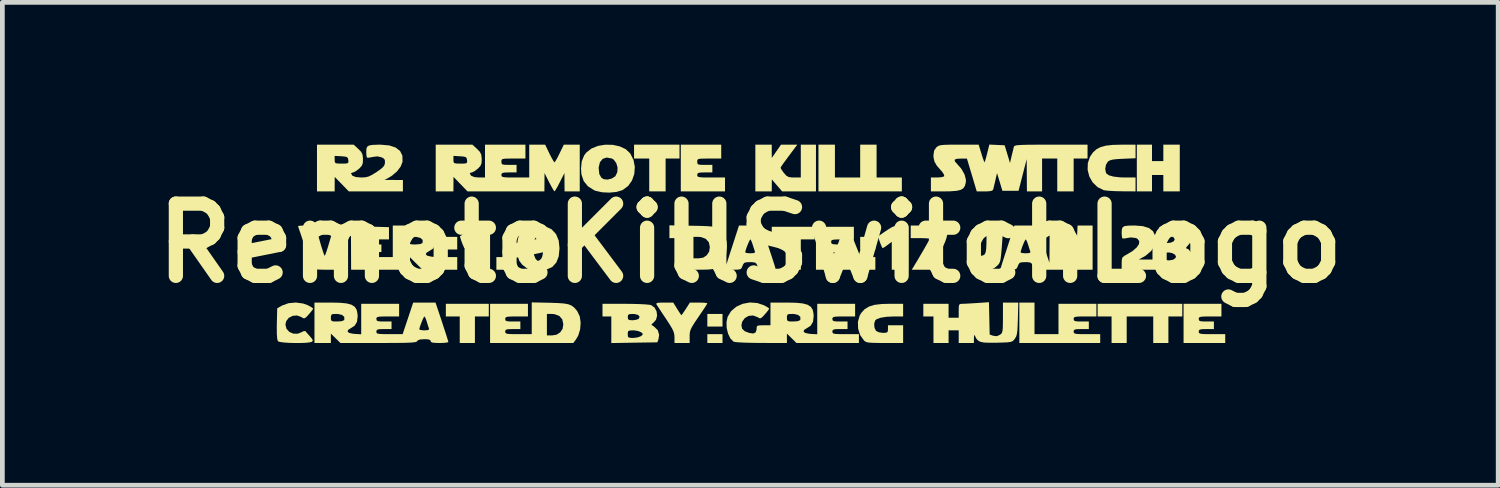
<source format=kicad_pcb>
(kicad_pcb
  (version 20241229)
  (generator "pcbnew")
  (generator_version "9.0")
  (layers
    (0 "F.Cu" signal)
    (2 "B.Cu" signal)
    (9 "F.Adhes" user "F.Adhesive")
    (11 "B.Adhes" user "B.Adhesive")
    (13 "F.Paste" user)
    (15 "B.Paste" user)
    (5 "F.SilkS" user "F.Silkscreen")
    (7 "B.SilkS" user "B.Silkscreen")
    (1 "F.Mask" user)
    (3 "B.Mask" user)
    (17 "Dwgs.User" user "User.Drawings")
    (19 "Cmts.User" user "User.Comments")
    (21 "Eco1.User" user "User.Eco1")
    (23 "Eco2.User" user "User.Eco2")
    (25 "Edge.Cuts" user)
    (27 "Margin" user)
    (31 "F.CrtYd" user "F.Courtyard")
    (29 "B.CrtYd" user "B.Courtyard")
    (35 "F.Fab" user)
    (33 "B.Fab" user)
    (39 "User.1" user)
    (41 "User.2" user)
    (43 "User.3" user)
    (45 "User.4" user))
  (footprint "RemoteKillSwitchLogo"
    (layer "F.Cu")
    (at 12.78 2.081)
    (property "Reference" "RemoteKillSwitchLogo" (at 0 0 0) (layer "F.SilkS") (effects (font (size 1.524 1.524) (thickness 0.3))))
    (attr board_only exclude_from_pos_files exclude_from_bom)
    (fp_poly (pts (xy -6.183 0.133) (xy -6.503 0.133) (xy -6.503 -0.133) (xy -6.183 -0.133)) (stroke (width 0) (type solid)) (fill yes) (layer "F.SilkS"))
    (fp_poly (pts (xy -6.183 0.56) (xy -6.503 0.56) (xy -6.503 0.293) (xy -6.183 0.293)) (stroke (width 0) (type solid)) (fill yes) (layer "F.SilkS"))
    (fp_poly (pts (xy -5.037 0.56) (xy -5.357 0.56) (xy -5.357 0.293) (xy -5.037 0.293)) (stroke (width 0) (type solid)) (fill yes) (layer "F.SilkS"))
    (fp_poly (pts (xy -0.586 1.759) (xy -0.906 1.759) (xy -0.906 1.493) (xy -0.586 1.493)) (stroke (width 0) (type solid)) (fill yes) (layer "F.SilkS"))
    (fp_poly (pts (xy -0.586 2.106) (xy -0.906 2.106) (xy -0.906 1.919) (xy -0.586 1.919)) (stroke (width 0) (type solid)) (fill yes) (layer "F.SilkS"))
    (fp_poly (pts (xy 2.639 0.133) (xy 2.319 0.133) (xy 2.319 -0.133) (xy 2.639 -0.133)) (stroke (width 0) (type solid)) (fill yes) (layer "F.SilkS"))
    (fp_poly (pts (xy 2.639 0.56) (xy 2.319 0.56) (xy 2.319 0.293) (xy 2.639 0.293)) (stroke (width 0) (type solid)) (fill yes) (layer "F.SilkS"))
    (fp_poly (pts (xy -5.517 1.546) (xy -5.81 1.546) (xy -5.81 2.106) (xy -6.13 2.106) (xy -6.13 1.546) (xy -6.423 1.546) (xy -6.423 1.279) (xy -5.517 1.279)) (stroke (width 0) (type solid)) (fill yes) (layer "F.SilkS"))
    (fp_poly (pts (xy -1.493 -1.786) (xy -1.786 -1.786) (xy -1.786 -1.093) (xy -2.132 -1.093) (xy -2.132 -1.786) (xy -2.452 -1.786) (xy -2.452 -2.079) (xy -1.493 -2.079)) (stroke (width 0) (type solid)) (fill yes) (layer "F.SilkS"))
    (fp_poly (pts (xy 1.359 -0.08) (xy 1.066 -0.08) (xy 1.066 0.56) (xy 0.746 0.56) (xy 0.746 -0.08) (xy 0.453 -0.08) (xy 0.453 -0.346) (xy 1.359 -0.346)) (stroke (width 0) (type solid)) (fill yes) (layer "F.SilkS"))
    (fp_poly (pts (xy 1.786 -1.386) (xy 2.319 -1.386) (xy 2.319 -2.079) (xy 2.665 -2.079) (xy 2.665 -1.386) (xy 3.198 -1.386) (xy 3.198 -1.093) (xy 1.439 -1.093) (xy 1.439 -2.079) (xy 1.786 -2.079)) (stroke (width 0) (type solid)) (fill yes) (layer "F.SilkS"))
    (fp_poly (pts (xy 8.476 -1.732) (xy 8.715 -1.732) (xy 8.715 -2.079) (xy 9.062 -2.079) (xy 9.062 -1.093) (xy 8.715 -1.093) (xy 8.715 -1.439) (xy 8.476 -1.439) (xy 8.476 -1.093) (xy 8.156 -1.093) (xy 8.156 -2.079) (xy 8.476 -2.079)) (stroke (width 0) (type solid)) (fill yes) (layer "F.SilkS"))
    (fp_poly (pts (xy 9.115 1.546) (xy 8.822 1.546) (xy 8.822 2.106) (xy 8.502 2.106) (xy 8.502 1.546) (xy 7.942 1.546) (xy 7.942 2.106) (xy 7.623 2.106) (xy 7.623 1.546) (xy 7.329 1.546) (xy 7.329 1.279) (xy 9.115 1.279)) (stroke (width 0) (type solid)) (fill yes) (layer "F.SilkS"))
    (fp_poly (pts (xy -5.49 0.56) (xy -5.837 0.56) (xy -5.837 -0.029) (xy -5.931 0.042) (xy -5.989 0.083) (xy -6.027 0.104) (xy -6.033 0.104) (xy -6.049 0.071) (xy -6.074 0.012) (xy -6.099 -0.056) (xy -6.118 -0.114) (xy -6.125 -0.144) (xy -6.125 -0.145) (xy -5.998 -0.233) (xy -5.906 -0.294) (xy -5.839 -0.335) (xy -5.787 -0.358) (xy -5.741 -0.369) (xy -5.691 -0.373) (xy -5.643 -0.373) (xy -5.49 -0.373)) (stroke (width 0) (type solid)) (fill yes) (layer "F.SilkS"))
    (fp_poly (pts (xy 3.332 0.56) (xy 2.985 0.56) (xy 2.985 -0.029) (xy 2.891 0.042) (xy 2.833 0.083) (xy 2.795 0.104) (xy 2.789 0.104) (xy 2.773 0.071) (xy 2.748 0.012) (xy 2.723 -0.056) (xy 2.704 -0.114) (xy 2.697 -0.144) (xy 2.697 -0.145) (xy 2.824 -0.233) (xy 2.916 -0.294) (xy 2.983 -0.335) (xy 3.035 -0.358) (xy 3.081 -0.369) (xy 3.131 -0.373) (xy 3.179 -0.373) (xy 3.332 -0.373)) (stroke (width 0) (type solid)) (fill yes) (layer "F.SilkS"))
    (fp_poly (pts (xy 4.158 -0.24) (xy 4.154 -0.176) (xy 4.139 -0.107) (xy 4.109 -0.024) (xy 4.061 0.084) (xy 3.992 0.226) (xy 3.826 0.56) (xy 3.407 0.56) (xy 3.46 0.473) (xy 3.528 0.361) (xy 3.597 0.243) (xy 3.663 0.131) (xy 3.719 0.032) (xy 3.761 -0.043) (xy 3.783 -0.086) (xy 3.785 -0.092) (xy 3.76 -0.099) (xy 3.695 -0.104) (xy 3.603 -0.107) (xy 3.585 -0.107) (xy 3.385 -0.107) (xy 3.385 -0.373) (xy 4.158 -0.373)) (stroke (width 0) (type solid)) (fill yes) (layer "F.SilkS"))
    (fp_poly (pts (xy 2.186 -0.08) (xy 1.946 -0.08) (xy 1.832 -0.079) (xy 1.761 -0.075) (xy 1.723 -0.065) (xy 1.708 -0.048) (xy 1.706 -0.027) (xy 1.712 0.003) (xy 1.737 0.019) (xy 1.795 0.026) (xy 1.866 0.027) (xy 2.026 0.027) (xy 2.026 0.187) (xy 1.866 0.187) (xy 1.776 0.189) (xy 1.728 0.197) (xy 1.709 0.216) (xy 1.706 0.24) (xy 1.709 0.264) (xy 1.726 0.279) (xy 1.766 0.288) (xy 1.837 0.292) (xy 1.951 0.293) (xy 1.986 0.293) (xy 2.265 0.293) (xy 2.265 0.56) (xy 1.386 0.56) (xy 1.386 -0.346) (xy 2.186 -0.346)) (stroke (width 0) (type solid)) (fill yes) (layer "F.SilkS"))
    (fp_poly (pts (xy 5.33 -0.287) (xy 5.328 -0.225) (xy 5.322 -0.125) (xy 5.313 -0.002) (xy 5.305 0.107) (xy 5.293 0.239) (xy 5.282 0.33) (xy 5.269 0.39) (xy 5.249 0.432) (xy 5.221 0.465) (xy 5.198 0.486) (xy 5.145 0.528) (xy 5.091 0.55) (xy 5.015 0.559) (xy 4.944 0.56) (xy 4.771 0.56) (xy 4.771 0.413) (xy 4.772 0.329) (xy 4.781 0.286) (xy 4.804 0.269) (xy 4.845 0.267) (xy 4.902 0.261) (xy 4.941 0.241) (xy 4.965 0.196) (xy 4.978 0.119) (xy 4.983 0.001) (xy 4.984 -0.085) (xy 4.984 -0.373) (xy 5.331 -0.373)) (stroke (width 0) (type solid)) (fill yes) (layer "F.SilkS"))
    (fp_poly (pts (xy 9.941 1.546) (xy 9.702 1.546) (xy 9.588 1.547) (xy 9.517 1.551) (xy 9.479 1.561) (xy 9.464 1.578) (xy 9.462 1.599) (xy 9.468 1.629) (xy 9.493 1.645) (xy 9.551 1.651) (xy 9.622 1.652) (xy 9.782 1.652) (xy 9.782 1.812) (xy 9.622 1.812) (xy 9.532 1.814) (xy 9.484 1.823) (xy 9.465 1.842) (xy 9.462 1.866) (xy 9.465 1.889) (xy 9.482 1.905) (xy 9.522 1.914) (xy 9.593 1.918) (xy 9.706 1.919) (xy 9.742 1.919) (xy 10.021 1.919) (xy 10.021 2.106) (xy 9.142 2.106) (xy 9.142 1.279) (xy 9.941 1.279)) (stroke (width 0) (type solid)) (fill yes) (layer "F.SilkS"))
    (fp_poly (pts (xy -0.613 -1.786) (xy -0.866 -1.786) (xy -0.984 -1.785) (xy -1.057 -1.782) (xy -1.098 -1.774) (xy -1.115 -1.757) (xy -1.119 -1.73) (xy -1.119 -1.719) (xy -1.116 -1.682) (xy -1.098 -1.662) (xy -1.051 -1.654) (xy -0.965 -1.652) (xy -0.959 -1.652) (xy -0.8 -1.652) (xy -0.8 -1.493) (xy -0.959 -1.493) (xy -1.049 -1.491) (xy -1.097 -1.482) (xy -1.116 -1.463) (xy -1.119 -1.439) (xy -1.116 -1.416) (xy -1.1 -1.401) (xy -1.061 -1.392) (xy -0.992 -1.387) (xy -0.881 -1.386) (xy -0.826 -1.386) (xy -0.533 -1.386) (xy -0.533 -1.093) (xy -1.466 -1.093) (xy -1.466 -2.079) (xy -0.613 -2.079)) (stroke (width 0) (type solid)) (fill yes) (layer "F.SilkS"))
    (fp_poly (pts (xy 0.453 -1.939) (xy 0.454 -1.799) (xy 0.551 -1.939) (xy 0.649 -2.079) (xy 0.992 -2.079) (xy 0.927 -1.992) (xy 0.823 -1.853) (xy 0.747 -1.75) (xy 0.694 -1.678) (xy 0.662 -1.631) (xy 0.645 -1.604) (xy 0.64 -1.59) (xy 0.64 -1.589) (xy 0.655 -1.558) (xy 0.693 -1.503) (xy 0.713 -1.478) (xy 0.762 -1.423) (xy 0.81 -1.396) (xy 0.878 -1.387) (xy 0.926 -1.386) (xy 1.066 -1.386) (xy 1.066 -2.079) (xy 1.386 -2.079) (xy 1.386 -1.093) (xy 0.672 -1.093) (xy 0.563 -1.219) (xy 0.455 -1.346) (xy 0.454 -1.219) (xy 0.453 -1.093) (xy 0.107 -1.093) (xy 0.107 -2.079) (xy 0.453 -2.079)) (stroke (width 0) (type solid)) (fill yes) (layer "F.SilkS"))
    (fp_poly (pts (xy 5.997 1.919) (xy 6.503 1.919) (xy 6.503 1.279) (xy 7.303 1.279) (xy 7.303 1.546) (xy 7.063 1.546) (xy 6.949 1.547) (xy 6.878 1.551) (xy 6.84 1.561) (xy 6.825 1.578) (xy 6.823 1.599) (xy 6.829 1.629) (xy 6.855 1.645) (xy 6.912 1.651) (xy 6.983 1.652) (xy 7.143 1.652) (xy 7.143 1.812) (xy 6.983 1.812) (xy 6.894 1.814) (xy 6.845 1.823) (xy 6.826 1.842) (xy 6.823 1.866) (xy 6.827 1.889) (xy 6.843 1.905) (xy 6.883 1.914) (xy 6.955 1.918) (xy 7.068 1.919) (xy 7.103 1.919) (xy 7.383 1.919) (xy 7.383 2.106) (xy 5.677 2.106) (xy 5.677 1.253) (xy 5.997 1.253)) (stroke (width 0) (type solid)) (fill yes) (layer "F.SilkS"))
    (fp_poly (pts (xy 8.129 -1.792) (xy 7.864 -1.781) (xy 7.733 -1.774) (xy 7.644 -1.763) (xy 7.586 -1.747) (xy 7.547 -1.723) (xy 7.545 -1.721) (xy 7.504 -1.653) (xy 7.489 -1.566) (xy 7.505 -1.485) (xy 7.512 -1.472) (xy 7.565 -1.433) (xy 7.664 -1.405) (xy 7.804 -1.389) (xy 7.922 -1.386) (xy 8.129 -1.386) (xy 8.129 -1.093) (xy 7.829 -1.095) (xy 7.701 -1.098) (xy 7.585 -1.104) (xy 7.498 -1.112) (xy 7.457 -1.119) (xy 7.326 -1.184) (xy 7.223 -1.284) (xy 7.153 -1.408) (xy 7.118 -1.547) (xy 7.122 -1.689) (xy 7.167 -1.823) (xy 7.231 -1.916) (xy 7.305 -1.982) (xy 7.393 -2.029) (xy 7.504 -2.058) (xy 7.649 -2.074) (xy 7.816 -2.078) (xy 8.129 -2.079)) (stroke (width 0) (type solid)) (fill yes) (layer "F.SilkS"))
    (fp_poly (pts (xy 3.225 1.546) (xy 3.032 1.546) (xy 2.874 1.553) (xy 2.75 1.573) (xy 2.665 1.604) (xy 2.634 1.632) (xy 2.614 1.703) (xy 2.621 1.786) (xy 2.653 1.85) (xy 2.654 1.85) (xy 2.71 1.879) (xy 2.791 1.892) (xy 2.8 1.892) (xy 2.868 1.889) (xy 2.898 1.871) (xy 2.905 1.827) (xy 2.905 1.812) (xy 2.905 1.732) (xy 3.225 1.732) (xy 3.225 2.106) (xy 2.839 2.106) (xy 2.685 2.105) (xy 2.576 2.102) (xy 2.502 2.097) (xy 2.453 2.087) (xy 2.421 2.071) (xy 2.4 2.054) (xy 2.318 1.938) (xy 2.275 1.801) (xy 2.271 1.659) (xy 2.309 1.526) (xy 2.341 1.472) (xy 2.413 1.393) (xy 2.504 1.337) (xy 2.622 1.301) (xy 2.777 1.283) (xy 2.927 1.279) (xy 3.225 1.279)) (stroke (width 0) (type solid)) (fill yes) (layer "F.SilkS"))
    (fp_poly (pts (xy 8.28 -0.36) (xy 8.411 -0.32) (xy 8.498 -0.252) (xy 8.545 -0.153) (xy 8.556 -0.062) (xy 8.53 0.054) (xy 8.458 0.165) (xy 8.347 0.26) (xy 8.292 0.293) (xy 8.196 0.344) (xy 8.376 0.345) (xy 8.556 0.346) (xy 8.556 0.56) (xy 7.836 0.56) (xy 7.836 0.427) (xy 7.839 0.346) (xy 7.854 0.299) (xy 7.894 0.266) (xy 7.939 0.242) (xy 8.064 0.167) (xy 8.152 0.091) (xy 8.201 0.019) (xy 8.207 -0.044) (xy 8.169 -0.093) (xy 8.136 -0.109) (xy 8.029 -0.122) (xy 7.964 -0.111) (xy 7.897 -0.099) (xy 7.855 -0.099) (xy 7.85 -0.101) (xy 7.841 -0.134) (xy 7.836 -0.201) (xy 7.836 -0.228) (xy 7.84 -0.294) (xy 7.857 -0.336) (xy 7.897 -0.36) (xy 7.97 -0.37) (xy 8.086 -0.373) (xy 8.105 -0.373)) (stroke (width 0) (type solid)) (fill yes) (layer "F.SilkS"))
    (fp_poly (pts (xy -1.228 -0.368) (xy -1.055 -0.365) (xy -0.927 -0.36) (xy -0.835 -0.354) (xy -0.771 -0.346) (xy -0.727 -0.334) (xy -0.694 -0.317) (xy -0.676 -0.305) (xy -0.58 -0.22) (xy -0.523 -0.13) (xy -0.497 -0.019) (xy -0.493 0.075) (xy -0.509 0.238) (xy -0.558 0.365) (xy -0.646 0.466) (xy -0.692 0.5) (xy -0.732 0.524) (xy -0.774 0.541) (xy -0.83 0.551) (xy -0.91 0.557) (xy -1.023 0.559) (xy -1.15 0.56) (xy -1.519 0.56) (xy -1.519 0.32) (xy -1.199 0.32) (xy -1.092 0.32) (xy -0.995 0.306) (xy -0.921 0.257) (xy -0.918 0.254) (xy -0.868 0.179) (xy -0.853 0.083) (xy -0.875 -0.02) (xy -0.939 -0.092) (xy -1.04 -0.129) (xy -1.096 -0.133) (xy -1.199 -0.133) (xy -1.199 0.32) (xy -1.519 0.32) (xy -1.519 -0.107) (xy -1.706 -0.107) (xy -1.706 -0.377)) (stroke (width 0) (type solid)) (fill yes) (layer "F.SilkS"))
    (fp_poly (pts (xy -1.543 1.386) (xy -1.498 1.457) (xy -1.465 1.505) (xy -1.453 1.519) (xy -1.436 1.499) (xy -1.398 1.445) (xy -1.359 1.386) (xy -1.274 1.253) (xy -1.09 1.253) (xy -0.999 1.255) (xy -0.933 1.26) (xy -0.906 1.268) (xy -0.906 1.268) (xy -0.92 1.295) (xy -0.959 1.357) (xy -1.017 1.444) (xy -1.088 1.548) (xy -1.093 1.556) (xy -1.172 1.672) (xy -1.225 1.757) (xy -1.257 1.821) (xy -1.273 1.875) (xy -1.279 1.932) (xy -1.279 1.966) (xy -1.279 2.106) (xy -1.599 2.106) (xy -1.599 1.985) (xy -1.603 1.927) (xy -1.617 1.871) (xy -1.647 1.805) (xy -1.698 1.719) (xy -1.775 1.601) (xy -1.781 1.592) (xy -1.853 1.484) (xy -1.915 1.39) (xy -1.96 1.321) (xy -1.982 1.286) (xy -1.982 1.286) (xy -1.98 1.268) (xy -1.942 1.257) (xy -1.861 1.253) (xy -1.814 1.253) (xy -1.625 1.253)) (stroke (width 0) (type solid)) (fill yes) (layer "F.SilkS"))
    (fp_poly (pts (xy -4.32 -0.353) (xy -4.191 -0.292) (xy -4.098 -0.192) (xy -4.042 -0.056) (xy -4.025 0.105) (xy -4.041 0.277) (xy -4.092 0.408) (xy -4.178 0.502) (xy -4.303 0.559) (xy -4.45 0.581) (xy -4.554 0.584) (xy -4.625 0.574) (xy -4.683 0.549) (xy -4.715 0.529) (xy -4.812 0.453) (xy -4.872 0.375) (xy -4.905 0.28) (xy -4.917 0.152) (xy -4.917 0.134) (xy -4.577 0.134) (xy -4.577 0.138) (xy -4.561 0.252) (xy -4.53 0.332) (xy -4.489 0.371) (xy -4.476 0.373) (xy -4.442 0.356) (xy -4.413 0.331) (xy -4.387 0.276) (xy -4.372 0.188) (xy -4.369 0.085) (xy -4.377 -0.014) (xy -4.397 -0.092) (xy -4.414 -0.119) (xy -4.468 -0.15) (xy -4.516 -0.134) (xy -4.552 -0.077) (xy -4.574 0.014) (xy -4.577 0.134) (xy -4.917 0.134) (xy -4.917 0.107) (xy -4.915 -0.01) (xy -4.904 -0.088) (xy -4.883 -0.145) (xy -4.862 -0.178) (xy -4.752 -0.291) (xy -4.624 -0.355) (xy -4.484 -0.373)) (stroke (width 0) (type solid)) (fill yes) (layer "F.SilkS"))
    (fp_poly (pts (xy -2.903 -2.075) (xy -2.755 -2.043) (xy -2.628 -1.984) (xy -2.535 -1.896) (xy -2.534 -1.895) (xy -2.464 -1.758) (xy -2.436 -1.61) (xy -2.447 -1.461) (xy -2.495 -1.323) (xy -2.577 -1.207) (xy -2.69 -1.123) (xy -2.703 -1.117) (xy -2.825 -1.081) (xy -2.974 -1.067) (xy -3.125 -1.074) (xy -3.257 -1.103) (xy -3.292 -1.116) (xy -3.425 -1.2) (xy -3.514 -1.309) (xy -3.562 -1.449) (xy -3.571 -1.573) (xy -3.571 -1.576) (xy -3.198 -1.576) (xy -3.185 -1.458) (xy -3.142 -1.382) (xy -3.092 -1.35) (xy -3.01 -1.342) (xy -2.92 -1.365) (xy -2.849 -1.411) (xy -2.845 -1.416) (xy -2.805 -1.499) (xy -2.8 -1.596) (xy -2.827 -1.689) (xy -2.88 -1.762) (xy -2.924 -1.788) (xy -3.03 -1.807) (xy -3.114 -1.779) (xy -3.172 -1.709) (xy -3.198 -1.601) (xy -3.198 -1.576) (xy -3.571 -1.576) (xy -3.556 -1.728) (xy -3.505 -1.852) (xy -3.456 -1.916) (xy -3.348 -1.999) (xy -3.212 -2.053) (xy -3.059 -2.078)) (stroke (width 0) (type solid)) (fill yes) (layer "F.SilkS"))
    (fp_poly (pts (xy -9.434 1.273) (xy -9.337 1.308) (xy -9.27 1.344) (xy -9.229 1.373) (xy -9.223 1.382) (xy -9.24 1.41) (xy -9.282 1.464) (xy -9.314 1.501) (xy -9.368 1.56) (xy -9.404 1.585) (xy -9.436 1.581) (xy -9.473 1.558) (xy -9.564 1.525) (xy -9.656 1.533) (xy -9.737 1.575) (xy -9.792 1.645) (xy -9.808 1.719) (xy -9.785 1.807) (xy -9.725 1.872) (xy -9.641 1.909) (xy -9.548 1.91) (xy -9.472 1.88) (xy -9.419 1.854) (xy -9.386 1.856) (xy -9.385 1.857) (xy -9.358 1.889) (xy -9.31 1.944) (xy -9.289 1.967) (xy -9.242 2.024) (xy -9.23 2.057) (xy -9.248 2.079) (xy -9.249 2.08) (xy -9.297 2.093) (xy -9.382 2.102) (xy -9.492 2.106) (xy -9.614 2.106) (xy -9.735 2.103) (xy -9.843 2.095) (xy -9.923 2.084) (xy -9.965 2.07) (xy -9.966 2.068) (xy -9.981 2.02) (xy -9.989 1.919) (xy -9.99 1.766) (xy -9.989 1.703) (xy -9.981 1.374) (xy -9.875 1.314) (xy -9.742 1.266) (xy -9.588 1.252)) (stroke (width 0) (type solid)) (fill yes) (layer "F.SilkS"))
    (fp_poly (pts (xy 5.051 1.928) (xy 5.125 1.953) (xy 5.202 1.962) (xy 5.265 1.934) (xy 5.293 1.914) (xy 5.311 1.889) (xy 5.322 1.849) (xy 5.328 1.784) (xy 5.33 1.685) (xy 5.331 1.572) (xy 5.331 1.253) (xy 5.655 1.253) (xy 5.646 1.597) (xy 5.641 1.743) (xy 5.635 1.847) (xy 5.625 1.918) (xy 5.61 1.968) (xy 5.588 2.007) (xy 5.581 2.017) (xy 5.556 2.049) (xy 5.529 2.07) (xy 5.49 2.083) (xy 5.429 2.092) (xy 5.335 2.096) (xy 5.199 2.1) (xy 5.197 2.1) (xy 5.042 2.101) (xy 4.93 2.096) (xy 4.853 2.08) (xy 4.802 2.052) (xy 4.766 2.008) (xy 4.743 1.959) (xy 4.729 1.935) (xy 4.721 1.956) (xy 4.719 2.006) (xy 4.718 2.106) (xy 4.398 2.106) (xy 4.398 1.839) (xy 4.184 1.839) (xy 4.184 2.106) (xy 3.865 2.106) (xy 3.865 1.546) (xy 3.651 1.546) (xy 3.651 1.279) (xy 4.184 1.279) (xy 4.184 1.573) (xy 4.398 1.573) (xy 4.398 1.426) (xy 4.399 1.342) (xy 4.408 1.298) (xy 4.431 1.282) (xy 4.474 1.279) (xy 4.534 1.277) (xy 4.631 1.272) (xy 4.746 1.265) (xy 4.793 1.262) (xy 5.036 1.245)) (stroke (width 0) (type solid)) (fill yes) (layer "F.SilkS"))
    (fp_poly (pts (xy 9.055 -0.359) (xy 9.188 -0.318) (xy 9.276 -0.248) (xy 9.285 -0.237) (xy 9.324 -0.145) (xy 9.311 -0.055) (xy 9.251 0.029) (xy 9.208 0.076) (xy 9.193 0.104) (xy 9.197 0.107) (xy 9.247 0.13) (xy 9.293 0.187) (xy 9.323 0.26) (xy 9.328 0.301) (xy 9.306 0.414) (xy 9.238 0.498) (xy 9.128 0.555) (xy 8.974 0.581) (xy 8.883 0.583) (xy 8.783 0.58) (xy 8.701 0.574) (xy 8.655 0.568) (xy 8.624 0.545) (xy 8.61 0.489) (xy 8.609 0.441) (xy 8.609 0.326) (xy 8.732 0.353) (xy 8.838 0.363) (xy 8.921 0.349) (xy 8.972 0.313) (xy 8.982 0.28) (xy 8.959 0.24) (xy 8.901 0.209) (xy 8.829 0.195) (xy 8.776 0.199) (xy 8.737 0.204) (xy 8.72 0.183) (xy 8.715 0.124) (xy 8.715 0.107) (xy 8.719 0.038) (xy 8.737 0.007) (xy 8.775 -0.000364) (xy 8.875 -0.012) (xy 8.937 -0.042) (xy 8.955 -0.08) (xy 8.932 -0.124) (xy 8.868 -0.147) (xy 8.774 -0.146) (xy 8.716 -0.136) (xy 8.609 -0.112) (xy 8.609 -0.227) (xy 8.612 -0.293) (xy 8.629 -0.336) (xy 8.669 -0.36) (xy 8.742 -0.37) (xy 8.857 -0.373) (xy 8.878 -0.373)) (stroke (width 0) (type solid)) (fill yes) (layer "F.SilkS"))
    (fp_poly (pts (xy -4.226 1.257) (xy -4.058 1.263) (xy -3.933 1.272) (xy -3.841 1.288) (xy -3.774 1.315) (xy -3.719 1.355) (xy -3.669 1.411) (xy -3.647 1.441) (xy -3.597 1.547) (xy -3.579 1.679) (xy -3.59 1.819) (xy -3.63 1.95) (xy -3.68 2.035) (xy -3.735 2.106) (xy -5.49 2.106) (xy -5.49 1.946) (xy -4.291 1.946) (xy -4.183 1.946) (xy -4.087 1.931) (xy -4.013 1.883) (xy -4.01 1.88) (xy -3.959 1.805) (xy -3.945 1.709) (xy -3.967 1.606) (xy -4.031 1.534) (xy -4.131 1.497) (xy -4.188 1.493) (xy -4.291 1.493) (xy -4.291 1.946) (xy -5.49 1.946) (xy -5.49 1.279) (xy -4.691 1.279) (xy -4.691 1.546) (xy -4.931 1.546) (xy -5.045 1.547) (xy -5.116 1.551) (xy -5.153 1.561) (xy -5.168 1.578) (xy -5.171 1.599) (xy -5.165 1.629) (xy -5.139 1.645) (xy -5.082 1.651) (xy -5.011 1.652) (xy -4.851 1.652) (xy -4.851 1.812) (xy -5.011 1.812) (xy -5.1 1.814) (xy -5.148 1.823) (xy -5.168 1.842) (xy -5.171 1.866) (xy -5.167 1.889) (xy -5.15 1.905) (xy -5.111 1.914) (xy -5.039 1.918) (xy -4.926 1.919) (xy -4.891 1.919) (xy -4.611 1.919) (xy -4.611 1.249)) (stroke (width 0) (type solid)) (fill yes) (layer "F.SilkS"))
    (fp_poly (pts (xy 0.384 0.073) (xy 0.432 0.219) (xy 0.474 0.347) (xy 0.507 0.449) (xy 0.527 0.516) (xy 0.533 0.54) (xy 0.509 0.55) (xy 0.445 0.557) (xy 0.357 0.56) (xy 0.263 0.558) (xy 0.208 0.551) (xy 0.177 0.532) (xy 0.158 0.495) (xy 0.152 0.48) (xy 0.129 0.431) (xy 0.095 0.408) (xy 0.035 0.4) (xy -0.007 0.4) (xy -0.086 0.403) (xy -0.129 0.417) (xy -0.154 0.453) (xy -0.164 0.48) (xy -0.182 0.523) (xy -0.207 0.547) (xy -0.254 0.557) (xy -0.336 0.56) (xy -0.362 0.56) (xy -0.45 0.558) (xy -0.511 0.553) (xy -0.533 0.548) (xy -0.525 0.52) (xy -0.503 0.449) (xy -0.47 0.345) (xy -0.428 0.214) (xy -0.422 0.193) (xy -0.107 0.193) (xy -0.083 0.206) (xy -0.024 0.213) (xy 0.003 0.213) (xy 0.073 0.209) (xy 0.1 0.193) (xy 0.098 0.176) (xy 0.082 0.128) (xy 0.058 0.054) (xy 0.051 0.029) (xy 0.027 -0.037) (xy 0.007 -0.076) (xy 0.001 -0.08) (xy -0.015 -0.058) (xy -0.041 -0.002) (xy -0.07 0.069) (xy -0.094 0.138) (xy -0.106 0.186) (xy -0.107 0.193) (xy -0.422 0.193) (xy -0.385 0.081) (xy -0.238 -0.373) (xy 0.235 -0.373)) (stroke (width 0) (type solid)) (fill yes) (layer "F.SilkS"))
    (fp_poly (pts (xy 6.179 0.02) (xy 6.312 0.413) (xy 6.317 -0.373) (xy 6.635 -0.373) (xy 6.762 -0.214) (xy 6.89 -0.054) (xy 6.906 -0.373) (xy 7.223 -0.373) (xy 7.223 0.56) (xy 6.887 0.56) (xy 6.762 0.396) (xy 6.637 0.232) (xy 6.637 0.56) (xy 5.992 0.56) (xy 5.962 0.48) (xy 5.939 0.431) (xy 5.906 0.408) (xy 5.845 0.4) (xy 5.803 0.4) (xy 5.724 0.403) (xy 5.681 0.417) (xy 5.657 0.453) (xy 5.646 0.48) (xy 5.628 0.523) (xy 5.603 0.547) (xy 5.557 0.557) (xy 5.475 0.56) (xy 5.448 0.56) (xy 5.36 0.558) (xy 5.299 0.553) (xy 5.277 0.548) (xy 5.285 0.52) (xy 5.307 0.449) (xy 5.34 0.345) (xy 5.382 0.214) (xy 5.389 0.193) (xy 5.704 0.193) (xy 5.727 0.206) (xy 5.787 0.213) (xy 5.813 0.213) (xy 5.884 0.209) (xy 5.91 0.193) (xy 5.908 0.176) (xy 5.892 0.128) (xy 5.869 0.054) (xy 5.861 0.029) (xy 5.838 -0.037) (xy 5.817 -0.076) (xy 5.811 -0.08) (xy 5.795 -0.058) (xy 5.769 -0.002) (xy 5.74 0.069) (xy 5.717 0.138) (xy 5.704 0.186) (xy 5.704 0.193) (xy 5.389 0.193) (xy 5.425 0.081) (xy 5.573 -0.373) (xy 6.046 -0.373)) (stroke (width 0) (type solid)) (fill yes) (layer "F.SilkS"))
    (fp_poly (pts (xy -2.481 1.281) (xy -2.336 1.285) (xy -2.216 1.291) (xy -2.13 1.299) (xy -2.093 1.306) (xy -2.02 1.358) (xy -1.977 1.439) (xy -1.966 1.53) (xy -1.989 1.617) (xy -2.048 1.682) (xy -2.05 1.684) (xy -2.082 1.708) (xy -2.077 1.728) (xy -2.031 1.76) (xy -2.025 1.764) (xy -1.952 1.836) (xy -1.923 1.932) (xy -1.936 2.023) (xy -1.96 2.092) (xy -2.446 2.099) (xy -2.932 2.107) (xy -2.932 1.919) (xy -2.585 1.919) (xy -2.582 1.969) (xy -2.561 1.992) (xy -2.507 1.999) (xy -2.47 1.999) (xy -2.386 1.99) (xy -2.317 1.967) (xy -2.304 1.959) (xy -2.268 1.927) (xy -2.275 1.903) (xy -2.304 1.879) (xy -2.363 1.854) (xy -2.446 1.84) (xy -2.47 1.839) (xy -2.542 1.842) (xy -2.575 1.856) (xy -2.585 1.893) (xy -2.585 1.919) (xy -2.932 1.919) (xy -2.932 1.559) (xy -2.585 1.559) (xy -2.579 1.603) (xy -2.551 1.622) (xy -2.485 1.626) (xy -2.482 1.626) (xy -2.408 1.617) (xy -2.355 1.596) (xy -2.349 1.591) (xy -2.336 1.547) (xy -2.369 1.513) (xy -2.441 1.495) (xy -2.484 1.493) (xy -2.551 1.497) (xy -2.579 1.516) (xy -2.585 1.559) (xy -2.932 1.559) (xy -2.932 1.546) (xy -3.118 1.546) (xy -3.118 1.279) (xy -2.64 1.279)) (stroke (width 0) (type solid)) (fill yes) (layer "F.SilkS"))
    (fp_poly (pts (xy -8.271 -1.99) (xy -8.21 -1.927) (xy -8.181 -1.867) (xy -8.172 -1.786) (xy -8.172 -1.775) (xy -8.175 -1.69) (xy -8.197 -1.633) (xy -8.247 -1.578) (xy -8.256 -1.57) (xy -8.318 -1.522) (xy -8.37 -1.495) (xy -8.383 -1.493) (xy -8.418 -1.481) (xy -8.422 -1.471) (xy -8.397 -1.425) (xy -8.325 -1.396) (xy -8.21 -1.386) (xy -8.209 -1.386) (xy -8.125 -1.39) (xy -8.055 -1.406) (xy -7.982 -1.441) (xy -7.888 -1.499) (xy -7.797 -1.563) (xy -7.743 -1.611) (xy -7.716 -1.655) (xy -7.708 -1.695) (xy -7.71 -1.757) (xy -7.742 -1.793) (xy -7.781 -1.812) (xy -7.869 -1.832) (xy -7.968 -1.819) (xy -8.037 -1.805) (xy -8.082 -1.804) (xy -8.088 -1.807) (xy -8.097 -1.84) (xy -8.102 -1.906) (xy -8.102 -1.934) (xy -8.099 -1.996) (xy -8.081 -2.037) (xy -8.04 -2.062) (xy -7.968 -2.074) (xy -7.855 -2.078) (xy -7.796 -2.078) (xy -7.618 -2.063) (xy -7.482 -2.018) (xy -7.389 -1.946) (xy -7.34 -1.846) (xy -7.337 -1.721) (xy -7.338 -1.714) (xy -7.377 -1.615) (xy -7.455 -1.513) (xy -7.561 -1.423) (xy -7.623 -1.385) (xy -7.716 -1.335) (xy -7.523 -1.334) (xy -7.329 -1.333) (xy -7.329 -1.093) (xy -8.471 -1.093) (xy -8.768 -1.399) (xy -8.769 -1.093) (xy -9.142 -1.093) (xy -9.142 -1.842) (xy -8.769 -1.842) (xy -8.769 -1.76) (xy -8.766 -1.714) (xy -8.751 -1.69) (xy -8.709 -1.681) (xy -8.628 -1.679) (xy -8.62 -1.679) (xy -8.536 -1.68) (xy -8.493 -1.689) (xy -8.478 -1.71) (xy -8.48 -1.751) (xy -8.48 -1.752) (xy -8.49 -1.795) (xy -8.514 -1.819) (xy -8.568 -1.829) (xy -8.629 -1.834) (xy -8.769 -1.842) (xy -9.142 -1.842) (xy -9.142 -2.079) (xy -8.368 -2.079)) (stroke (width 0) (type solid)) (fill yes) (layer "F.SilkS"))
    (fp_poly (pts (xy 5.205 -2.073) (xy 5.367 -2.066) (xy 5.424 -1.879) (xy 5.48 -1.692) (xy 5.514 -1.839) (xy 5.536 -1.929) (xy 5.554 -2.003) (xy 5.561 -2.032) (xy 5.568 -2.046) (xy 5.585 -2.056) (xy 5.617 -2.065) (xy 5.671 -2.07) (xy 5.752 -2.074) (xy 5.865 -2.077) (xy 6.017 -2.078) (xy 6.213 -2.079) (xy 6.345 -2.079) (xy 7.116 -2.079) (xy 7.116 -1.786) (xy 6.823 -1.786) (xy 6.823 -1.093) (xy 6.477 -1.093) (xy 6.477 -1.786) (xy 6.157 -1.786) (xy 6.157 -1.093) (xy 5.837 -1.093) (xy 5.834 -1.433) (xy 5.832 -1.772) (xy 5.746 -1.439) (xy 5.661 -1.106) (xy 5.319 -1.106) (xy 5.263 -1.293) (xy 5.206 -1.479) (xy 5.173 -1.333) (xy 5.152 -1.243) (xy 5.134 -1.169) (xy 5.127 -1.139) (xy 5.11 -1.113) (xy 5.069 -1.099) (xy 4.993 -1.093) (xy 4.946 -1.093) (xy 4.778 -1.093) (xy 4.675 -1.439) (xy 4.571 -1.785) (xy 4.446 -1.785) (xy 4.354 -1.78) (xy 4.312 -1.761) (xy 4.317 -1.725) (xy 4.361 -1.676) (xy 4.456 -1.567) (xy 4.521 -1.45) (xy 4.55 -1.338) (xy 4.548 -1.285) (xy 4.529 -1.211) (xy 4.495 -1.158) (xy 4.438 -1.124) (xy 4.348 -1.104) (xy 4.22 -1.095) (xy 4.111 -1.093) (xy 3.811 -1.093) (xy 3.811 -1.386) (xy 3.943 -1.386) (xy 4.023 -1.391) (xy 4.079 -1.405) (xy 4.093 -1.415) (xy 4.086 -1.449) (xy 4.05 -1.505) (xy 4.017 -1.542) (xy 3.934 -1.638) (xy 3.887 -1.72) (xy 3.867 -1.806) (xy 3.865 -1.859) (xy 3.88 -1.956) (xy 3.926 -2.021) (xy 3.953 -2.043) (xy 3.984 -2.059) (xy 4.03 -2.069) (xy 4.098 -2.075) (xy 4.198 -2.078) (xy 4.339 -2.079) (xy 4.403 -2.079) (xy 4.819 -2.079) (xy 4.876 -1.892) (xy 4.904 -1.802) (xy 4.928 -1.736) (xy 4.941 -1.706) (xy 4.942 -1.706) (xy 4.953 -1.73) (xy 4.971 -1.792) (xy 4.995 -1.881) (xy 4.998 -1.894) (xy 5.044 -2.081)) (stroke (width 0) (type solid)) (fill yes) (layer "F.SilkS"))
    (fp_poly (pts (xy -5.766 -1.99) (xy -5.705 -1.927) (xy -5.676 -1.867) (xy -5.667 -1.786) (xy -5.666 -1.775) (xy -5.67 -1.69) (xy -5.692 -1.633) (xy -5.742 -1.578) (xy -5.751 -1.57) (xy -5.813 -1.522) (xy -5.865 -1.495) (xy -5.877 -1.493) (xy -5.913 -1.481) (xy -5.917 -1.471) (xy -5.892 -1.425) (xy -5.823 -1.395) (xy -5.725 -1.386) (xy -5.597 -1.386) (xy -5.597 -2.079) (xy -4.744 -2.079) (xy -4.744 -1.786) (xy -4.997 -1.786) (xy -5.115 -1.785) (xy -5.189 -1.782) (xy -5.229 -1.774) (xy -5.247 -1.757) (xy -5.251 -1.73) (xy -5.251 -1.719) (xy -5.247 -1.682) (xy -5.229 -1.662) (xy -5.183 -1.654) (xy -5.096 -1.652) (xy -5.091 -1.652) (xy -4.931 -1.652) (xy -4.931 -1.493) (xy -5.091 -1.493) (xy -5.18 -1.491) (xy -5.228 -1.482) (xy -5.248 -1.463) (xy -5.251 -1.439) (xy -5.247 -1.416) (xy -5.231 -1.401) (xy -5.193 -1.392) (xy -5.123 -1.387) (xy -5.013 -1.386) (xy -4.957 -1.386) (xy -4.664 -1.386) (xy -4.664 -2.079) (xy -4.328 -2.079) (xy -4.238 -1.892) (xy -4.193 -1.804) (xy -4.156 -1.739) (xy -4.134 -1.707) (xy -4.131 -1.706) (xy -4.113 -1.728) (xy -4.078 -1.787) (xy -4.035 -1.871) (xy -4.025 -1.892) (xy -3.934 -2.079) (xy -3.598 -2.079) (xy -3.598 -1.093) (xy -3.918 -1.093) (xy -3.92 -1.286) (xy -3.921 -1.479) (xy -4.019 -1.286) (xy -4.065 -1.197) (xy -4.104 -1.129) (xy -4.128 -1.095) (xy -4.131 -1.093) (xy -4.149 -1.115) (xy -4.184 -1.174) (xy -4.229 -1.258) (xy -4.244 -1.286) (xy -4.341 -1.479) (xy -4.344 -1.093) (xy -5.966 -1.093) (xy -6.262 -1.399) (xy -6.263 -1.093) (xy -6.637 -1.093) (xy -6.637 -1.842) (xy -6.263 -1.842) (xy -6.263 -1.76) (xy -6.261 -1.714) (xy -6.245 -1.69) (xy -6.204 -1.681) (xy -6.122 -1.679) (xy -6.115 -1.679) (xy -6.031 -1.68) (xy -5.987 -1.689) (xy -5.973 -1.71) (xy -5.975 -1.751) (xy -5.975 -1.752) (xy -5.984 -1.795) (xy -6.009 -1.819) (xy -6.062 -1.829) (xy -6.123 -1.834) (xy -6.263 -1.842) (xy -6.637 -1.842) (xy -6.637 -2.079) (xy -5.863 -2.079)) (stroke (width 0) (type solid)) (fill yes) (layer "F.SilkS"))
    (fp_poly (pts (xy 0.146 1.262) (xy 0.285 1.308) (xy 0.352 1.344) (xy 0.393 1.373) (xy 0.399 1.382) (xy 0.382 1.41) (xy 0.34 1.464) (xy 0.308 1.501) (xy 0.253 1.56) (xy 0.218 1.585) (xy 0.186 1.58) (xy 0.149 1.558) (xy 0.056 1.525) (xy -0.037 1.535) (xy -0.117 1.582) (xy -0.171 1.658) (xy -0.187 1.735) (xy -0.171 1.806) (xy -0.117 1.857) (xy -0.028 1.892) (xy 0.061 1.906) (xy 0.113 1.883) (xy 0.133 1.823) (xy 0.133 1.81) (xy 0.136 1.765) (xy 0.153 1.742) (xy 0.197 1.734) (xy 0.28 1.732) (xy 0.426 1.732) (xy 0.426 1.573) (xy 0.773 1.573) (xy 0.776 1.62) (xy 0.794 1.643) (xy 0.84 1.652) (xy 0.907 1.652) (xy 0.999 1.646) (xy 1.047 1.626) (xy 1.057 1.612) (xy 1.056 1.555) (xy 1.01 1.514) (xy 0.925 1.494) (xy 0.89 1.493) (xy 0.817 1.495) (xy 0.783 1.509) (xy 0.773 1.545) (xy 0.773 1.573) (xy 0.426 1.573) (xy 0.426 1.253) (xy 0.774 1.253) (xy 0.964 1.257) (xy 1.107 1.271) (xy 1.21 1.299) (xy 1.278 1.343) (xy 1.318 1.407) (xy 1.335 1.493) (xy 1.337 1.543) (xy 1.323 1.66) (xy 1.274 1.742) (xy 1.199 1.79) (xy 1.136 1.829) (xy 1.124 1.865) (xy 1.161 1.894) (xy 1.244 1.911) (xy 1.273 1.914) (xy 1.413 1.922) (xy 1.413 1.279) (xy 2.212 1.279) (xy 2.212 1.546) (xy 1.972 1.546) (xy 1.858 1.547) (xy 1.788 1.551) (xy 1.75 1.561) (xy 1.735 1.578) (xy 1.732 1.599) (xy 1.738 1.629) (xy 1.764 1.645) (xy 1.822 1.651) (xy 1.892 1.652) (xy 2.052 1.652) (xy 2.052 1.812) (xy 1.892 1.812) (xy 1.803 1.814) (xy 1.755 1.823) (xy 1.735 1.842) (xy 1.732 1.866) (xy 1.736 1.889) (xy 1.753 1.905) (xy 1.792 1.914) (xy 1.864 1.918) (xy 1.977 1.919) (xy 2.012 1.919) (xy 2.292 1.919) (xy 2.292 2.106) (xy 0.975 2.106) (xy 0.874 2.007) (xy 0.773 1.908) (xy 0.773 2.106) (xy 0.233 2.105) (xy 0.049 2.103) (xy -0.108 2.099) (xy -0.233 2.093) (xy -0.317 2.085) (xy -0.353 2.077) (xy -0.42 2.01) (xy -0.469 1.908) (xy -0.498 1.787) (xy -0.501 1.662) (xy -0.478 1.554) (xy -0.405 1.434) (xy -0.296 1.341) (xy -0.161 1.279) (xy -0.01 1.251)) (stroke (width 0) (type solid)) (fill yes) (layer "F.SilkS"))
    (fp_poly (pts (xy -9.085 -0.053) (xy -9.05 0.068) (xy -9.018 0.168) (xy -8.994 0.238) (xy -8.98 0.266) (xy -8.979 0.267) (xy -8.966 0.242) (xy -8.942 0.177) (xy -8.911 0.08) (xy -8.876 -0.039) (xy -8.875 -0.041) (xy -8.84 -0.161) (xy -8.808 -0.261) (xy -8.783 -0.331) (xy -8.768 -0.36) (xy -8.768 -0.36) (xy -8.737 -0.363) (xy -8.661 -0.364) (xy -8.547 -0.363) (xy -8.405 -0.361) (xy -8.242 -0.357) (xy -8.186 -0.355) (xy -7.623 -0.338) (xy -7.623 -0.08) (xy -7.863 -0.08) (xy -7.977 -0.079) (xy -8.047 -0.075) (xy -8.085 -0.065) (xy -8.1 -0.048) (xy -8.102 -0.027) (xy -8.097 0.003) (xy -8.071 0.019) (xy -8.013 0.026) (xy -7.942 0.027) (xy -7.783 0.027) (xy -7.783 0.187) (xy -7.942 0.187) (xy -8.032 0.189) (xy -8.08 0.197) (xy -8.099 0.216) (xy -8.102 0.24) (xy -8.099 0.264) (xy -8.082 0.279) (xy -8.043 0.288) (xy -7.971 0.292) (xy -7.858 0.293) (xy -7.823 0.293) (xy -7.543 0.293) (xy -7.543 -0.053) (xy -7.196 -0.053) (xy -7.193 -0.006) (xy -7.176 0.018) (xy -7.129 0.026) (xy -7.062 0.027) (xy -6.97 0.02) (xy -6.922 0.000217) (xy -6.913 -0.014) (xy -6.913 -0.07) (xy -6.96 -0.111) (xy -7.044 -0.132) (xy -7.08 -0.133) (xy -7.152 -0.131) (xy -7.186 -0.117) (xy -7.196 -0.081) (xy -7.196 -0.053) (xy -7.543 -0.053) (xy -7.543 -0.373) (xy -7.195 -0.373) (xy -7.005 -0.369) (xy -6.862 -0.355) (xy -6.759 -0.327) (xy -6.691 -0.283) (xy -6.652 -0.219) (xy -6.634 -0.132) (xy -6.632 -0.083) (xy -6.646 0.034) (xy -6.695 0.116) (xy -6.77 0.164) (xy -6.833 0.203) (xy -6.846 0.238) (xy -6.81 0.266) (xy -6.727 0.284) (xy -6.683 0.288) (xy -6.53 0.296) (xy -6.53 0.56) (xy -6.915 0.56) (xy -7.196 0.282) (xy -7.196 0.56) (xy -8.422 0.56) (xy -8.425 -0.253) (xy -8.531 0.04) (xy -8.577 0.169) (xy -8.622 0.292) (xy -8.658 0.393) (xy -8.678 0.446) (xy -8.72 0.56) (xy -8.972 0.56) (xy -9.105 0.557) (xy -9.19 0.548) (xy -9.231 0.533) (xy -9.236 0.526) (xy -9.257 0.467) (xy -9.29 0.375) (xy -9.33 0.26) (xy -9.374 0.132) (xy -9.419 0.001) (xy -9.462 -0.123) (xy -9.498 -0.23) (xy -9.526 -0.311) (xy -9.54 -0.356) (xy -9.542 -0.361) (xy -9.517 -0.367) (xy -9.453 -0.371) (xy -9.363 -0.373) (xy -9.358 -0.373) (xy -9.175 -0.373)) (stroke (width 0) (type solid)) (fill yes) (layer "F.SilkS"))
    (fp_poly (pts (xy -8.658 1.257) (xy -8.514 1.271) (xy -8.412 1.299) (xy -8.344 1.343) (xy -8.304 1.407) (xy -8.287 1.493) (xy -8.284 1.543) (xy -8.298 1.66) (xy -8.348 1.742) (xy -8.423 1.79) (xy -8.485 1.829) (xy -8.497 1.865) (xy -8.461 1.894) (xy -8.378 1.911) (xy -8.349 1.914) (xy -8.209 1.922) (xy -8.209 1.279) (xy -7.409 1.279) (xy -7.409 1.546) (xy -7.649 1.546) (xy -7.763 1.547) (xy -7.834 1.551) (xy -7.872 1.561) (xy -7.887 1.578) (xy -7.889 1.599) (xy -7.883 1.629) (xy -7.858 1.645) (xy -7.8 1.651) (xy -7.729 1.652) (xy -7.569 1.652) (xy -7.569 1.812) (xy -7.729 1.812) (xy -7.819 1.814) (xy -7.867 1.823) (xy -7.886 1.842) (xy -7.889 1.866) (xy -7.886 1.89) (xy -7.869 1.905) (xy -7.829 1.914) (xy -7.757 1.918) (xy -7.643 1.919) (xy -7.612 1.919) (xy -7.334 1.919) (xy -7.301 1.819) (xy -6.983 1.819) (xy -6.959 1.831) (xy -6.9 1.838) (xy -6.874 1.839) (xy -6.803 1.834) (xy -6.777 1.818) (xy -6.778 1.802) (xy -6.795 1.754) (xy -6.818 1.68) (xy -6.825 1.655) (xy -6.849 1.588) (xy -6.87 1.55) (xy -6.875 1.546) (xy -6.892 1.568) (xy -6.918 1.624) (xy -6.946 1.695) (xy -6.97 1.763) (xy -6.983 1.812) (xy -6.983 1.819) (xy -7.301 1.819) (xy -7.223 1.586) (xy -7.112 1.253) (xy -6.641 1.253) (xy -6.505 1.659) (xy -6.46 1.798) (xy -6.42 1.919) (xy -6.391 2.013) (xy -6.373 2.071) (xy -6.37 2.086) (xy -6.394 2.095) (xy -6.459 2.103) (xy -6.549 2.106) (xy -6.557 2.106) (xy -6.658 2.103) (xy -6.716 2.095) (xy -6.74 2.078) (xy -6.743 2.066) (xy -6.757 2.041) (xy -6.806 2.028) (xy -6.877 2.026) (xy -6.97 2.032) (xy -7.018 2.052) (xy -7.027 2.066) (xy -7.037 2.077) (xy -7.063 2.086) (xy -7.109 2.093) (xy -7.181 2.098) (xy -7.284 2.102) (xy -7.424 2.104) (xy -7.607 2.105) (xy -7.837 2.106) (xy -7.844 2.106) (xy -8.647 2.106) (xy -8.748 2.007) (xy -8.849 1.908) (xy -8.849 2.106) (xy -9.195 2.106) (xy -9.195 1.573) (xy -8.849 1.573) (xy -8.846 1.62) (xy -8.828 1.643) (xy -8.782 1.652) (xy -8.715 1.652) (xy -8.622 1.646) (xy -8.574 1.626) (xy -8.565 1.612) (xy -8.566 1.555) (xy -8.612 1.514) (xy -8.697 1.494) (xy -8.732 1.493) (xy -8.804 1.495) (xy -8.838 1.509) (xy -8.848 1.545) (xy -8.849 1.573) (xy -9.195 1.573) (xy -9.195 1.253) (xy -8.847 1.253)) (stroke (width 0) (type solid)) (fill yes) (layer "F.SilkS")))
  (gr_rect
    (start -3 -3)
    (end 28.56 7.188)
    (stroke (width 0.1) (type default))
    (fill no)
    (layer "Edge.Cuts")))
</source>
